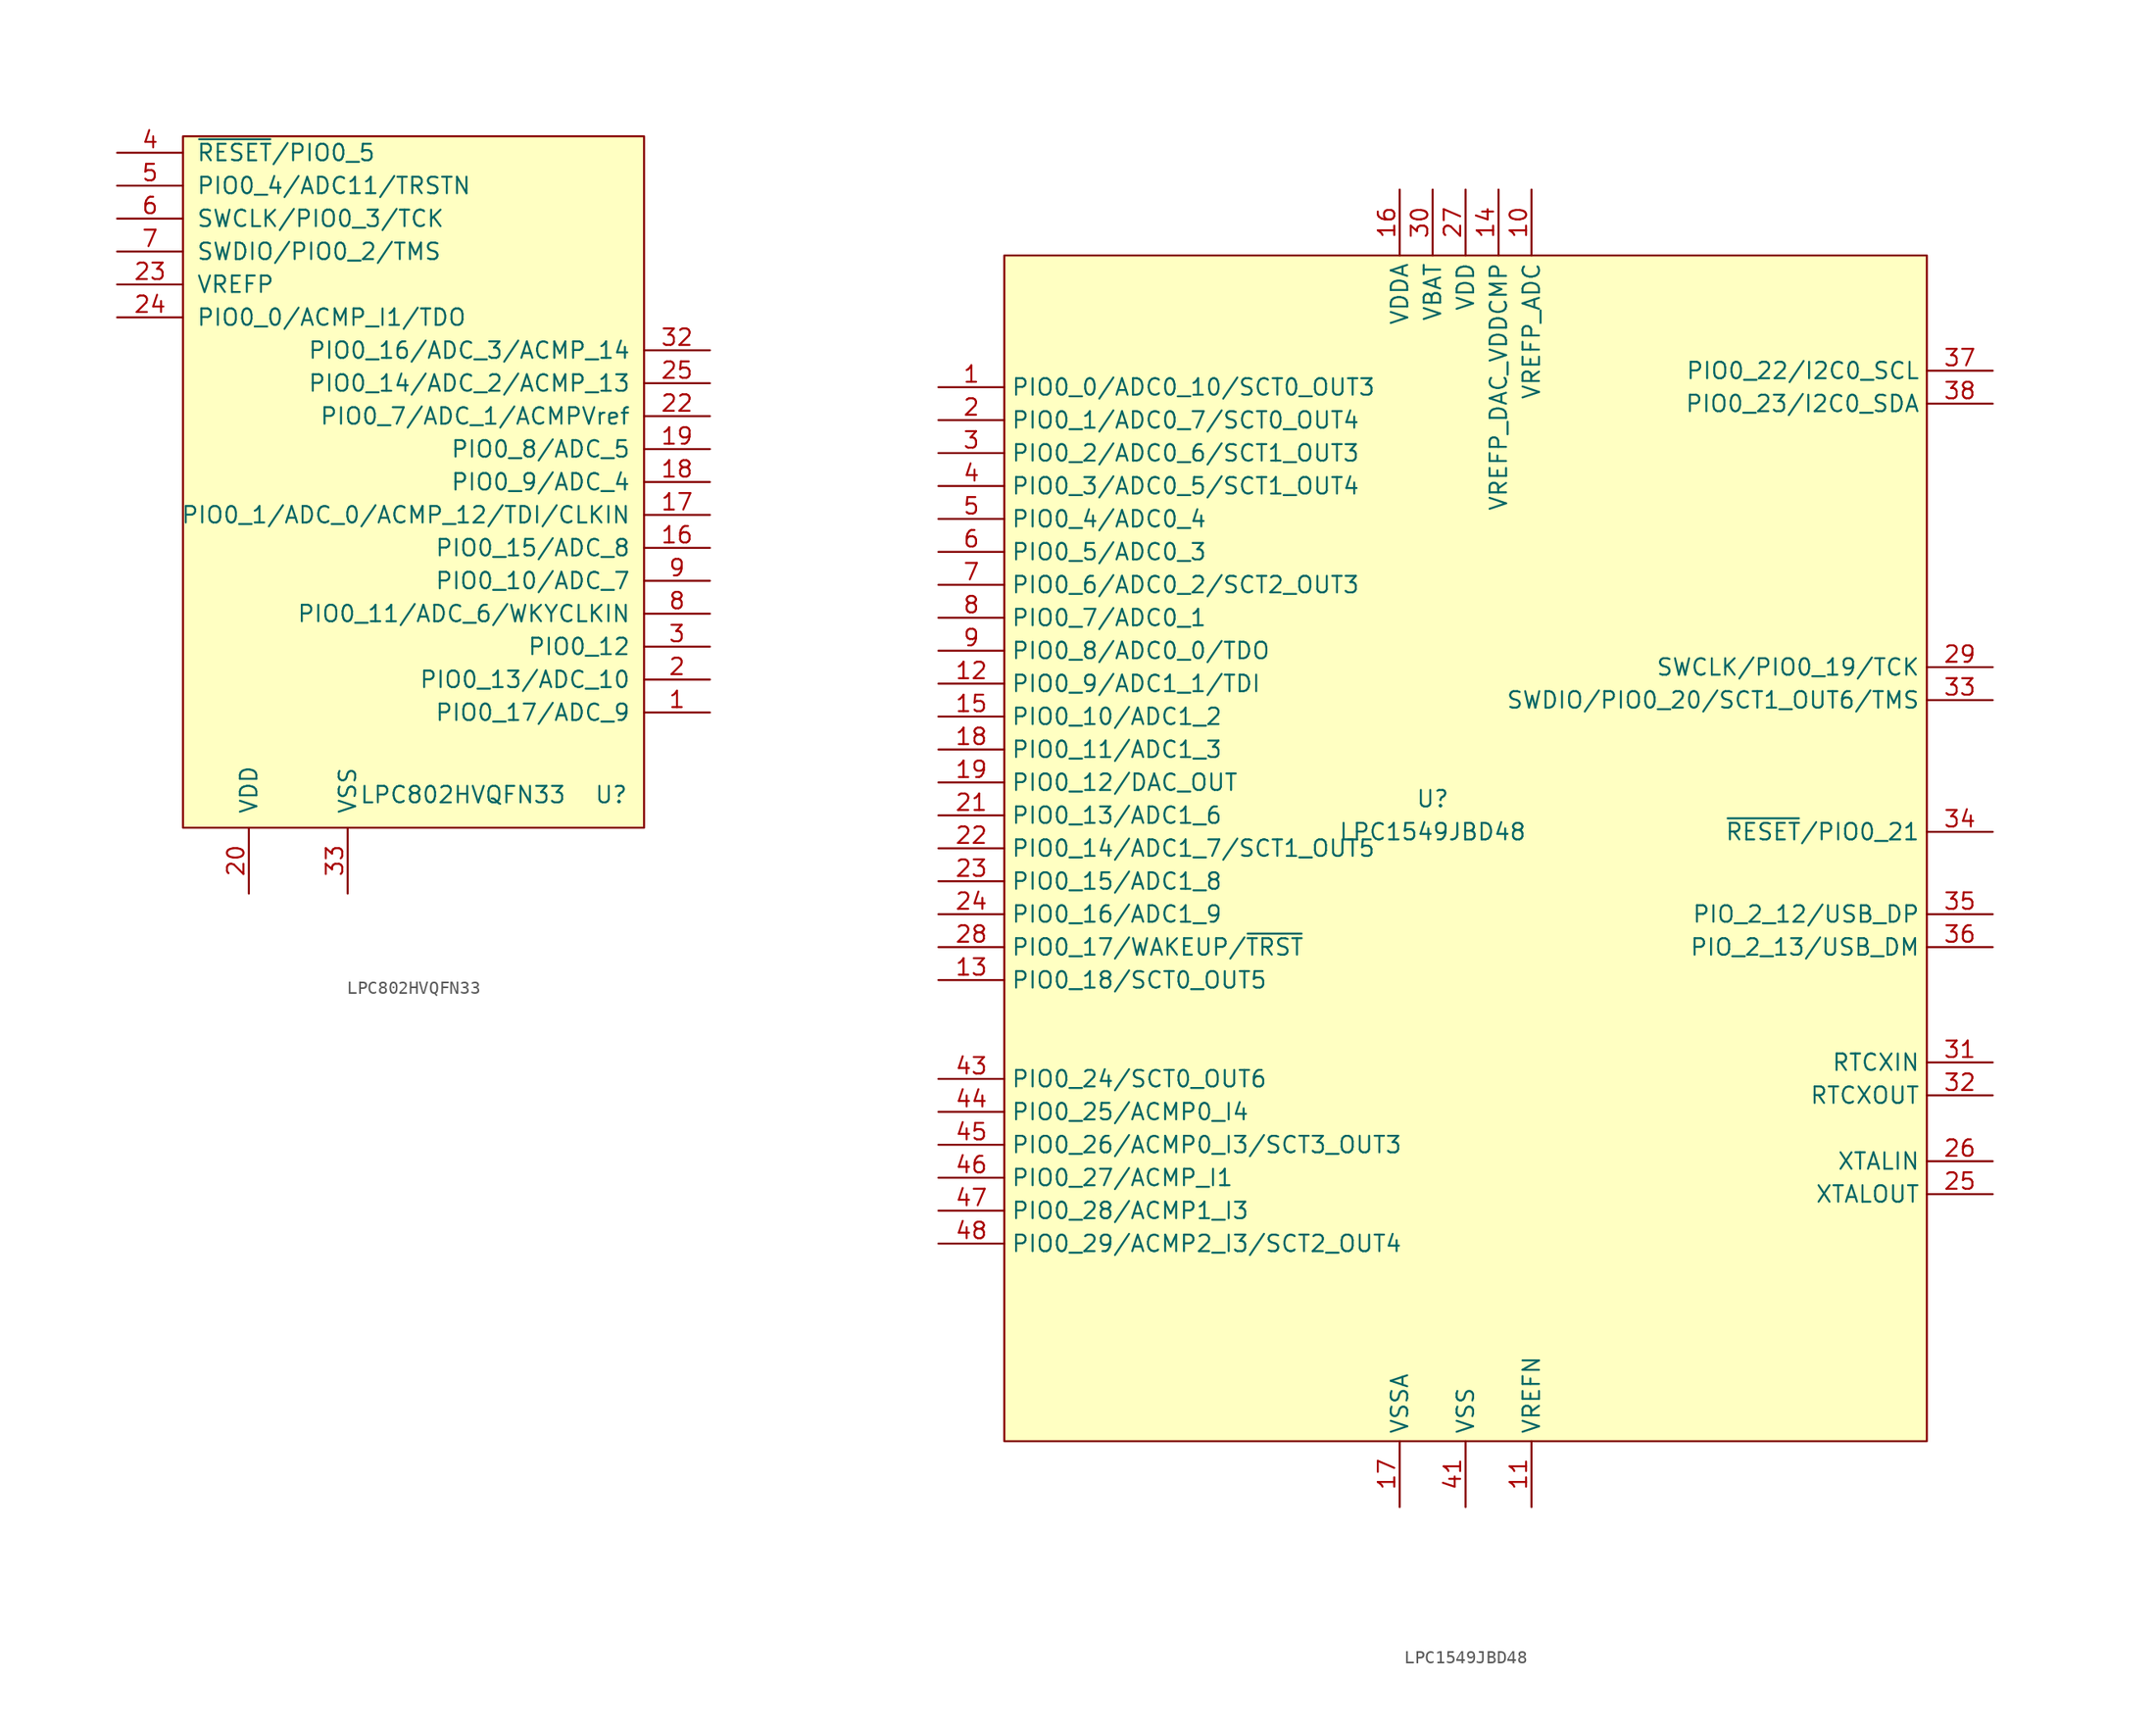
<source format=kicad_sym>
(kicad_symbol_lib
  (version 20211014)
  (generator kicad_symbol_editor)
  (symbol "LPC802HVQFN33"
    (pin_names
      (offset 1.016))
    (property "Reference" "U"
      (at 17.78 -31.75 0)
      (effects (font (size 1.27 1.27))))
    (property "Value" "LPC802HVQFN33"
      (at 6.35 -31.75 0)
      (effects (font (size 1.27 1.27))))
    (symbol "LPC802HVQFN33_0_1"
      (rectangle (start -15.24 -34.29) (end 20.32 19.05) (stroke (width 0) (type default) (color 0 0 0 0)) (fill (type background))))
    (symbol "LPC802HVQFN33_1_1"
      (pin input line (at 25.4 -25.4 180) (length 5.08) (name "PIO0_17/ADC_9" (effects (font (size 1.27 1.27)))) (number "1" (effects (font (size 1.27 1.27)))))
      (pin no_connect line (at -17.78 -2.54 0) (length 2.54) hide (name "n.c." (effects (font (size 1.27 1.27)))) (number "10" (effects (font (size 1.27 1.27)))))
      (pin no_connect line (at -17.78 -20.32 0) (length 2.54) hide (name "n.c." (effects (font (size 1.27 1.27)))) (number "11" (effects (font (size 1.27 1.27)))))
      (pin no_connect line (at -17.78 -17.78 0) (length 2.54) hide (name "n.c." (effects (font (size 1.27 1.27)))) (number "12" (effects (font (size 1.27 1.27)))))
      (pin no_connect line (at -17.78 -15.24 0) (length 2.54) hide (name "n.c." (effects (font (size 1.27 1.27)))) (number "13" (effects (font (size 1.27 1.27)))))
      (pin no_connect line (at -17.78 -12.7 0) (length 2.54) hide (name "n.c." (effects (font (size 1.27 1.27)))) (number "14" (effects (font (size 1.27 1.27)))))
      (pin no_connect line (at -17.78 0 0) (length 2.54) hide (name "n.c." (effects (font (size 1.27 1.27)))) (number "15" (effects (font (size 1.27 1.27)))))
      (pin input line (at 25.4 -12.7 180) (length 5.08) (name "PIO0_15/ADC_8" (effects (font (size 1.27 1.27)))) (number "16" (effects (font (size 1.27 1.27)))))
      (pin input line (at 25.4 -10.16 180) (length 5.08) (name "PIO0_1/ADC_0/ACMP_12/TDI/CLKIN" (effects (font (size 1.27 1.27)))) (number "17" (effects (font (size 1.27 1.27)))))
      (pin input line (at 25.4 -7.62 180) (length 5.08) (name "PIO0_9/ADC_4" (effects (font (size 1.27 1.27)))) (number "18" (effects (font (size 1.27 1.27)))))
      (pin input line (at 25.4 -5.08 180) (length 5.08) (name "PIO0_8/ADC_5" (effects (font (size 1.27 1.27)))) (number "19" (effects (font (size 1.27 1.27)))))
      (pin input line (at 25.4 -22.86 180) (length 5.08) (name "PIO0_13/ADC_10" (effects (font (size 1.27 1.27)))) (number "2" (effects (font (size 1.27 1.27)))))
      (pin input line (at -10.16 -39.37 90) (length 5.08) (name "VDD" (effects (font (size 1.27 1.27)))) (number "20" (effects (font (size 1.27 1.27)))))
      (pin no_connect line (at -17.78 -7.62 0) (length 2.54) hide (name "n.c." (effects (font (size 1.27 1.27)))) (number "21" (effects (font (size 1.27 1.27)))))
      (pin input line (at 25.4 -2.54 180) (length 5.08) (name "PIO0_7/ADC_1/ACMPVref" (effects (font (size 1.27 1.27)))) (number "22" (effects (font (size 1.27 1.27)))))
      (pin input line (at -20.32 7.62 0) (length 5.08) (name "VREFP" (effects (font (size 1.27 1.27)))) (number "23" (effects (font (size 1.27 1.27)))))
      (pin input line (at -20.32 5.08 0) (length 5.08) (name "PIO0_0/ACMP_I1/TDO" (effects (font (size 1.27 1.27)))) (number "24" (effects (font (size 1.27 1.27)))))
      (pin input line (at 25.4 0 180) (length 5.08) (name "PIO0_14/ADC_2/ACMP_13" (effects (font (size 1.27 1.27)))) (number "25" (effects (font (size 1.27 1.27)))))
      (pin no_connect line (at -17.78 -10.16 0) (length 2.54) hide (name "n.c." (effects (font (size 1.27 1.27)))) (number "26" (effects (font (size 1.27 1.27)))))
      (pin no_connect line (at -17.78 -27.94 0) (length 2.54) hide (name "n.c." (effects (font (size 1.27 1.27)))) (number "27" (effects (font (size 1.27 1.27)))))
      (pin no_connect line (at -17.78 -25.4 0) (length 2.54) hide (name "n.c." (effects (font (size 1.27 1.27)))) (number "28" (effects (font (size 1.27 1.27)))))
      (pin no_connect line (at -17.78 -22.86 0) (length 2.54) hide (name "n.c." (effects (font (size 1.27 1.27)))) (number "29" (effects (font (size 1.27 1.27)))))
      (pin input line (at 25.4 -20.32 180) (length 5.08) (name "PIO0_12" (effects (font (size 1.27 1.27)))) (number "3" (effects (font (size 1.27 1.27)))))
      (pin no_connect line (at -17.78 -33.02 0) (length 2.54) hide (name "n.c." (effects (font (size 1.27 1.27)))) (number "30" (effects (font (size 1.27 1.27)))))
      (pin no_connect line (at -17.78 -30.48 0) (length 2.54) hide (name "n.c." (effects (font (size 1.27 1.27)))) (number "31" (effects (font (size 1.27 1.27)))))
      (pin input line (at 25.4 2.54 180) (length 5.08) (name "PIO0_16/ADC_3/ACMP_14" (effects (font (size 1.27 1.27)))) (number "32" (effects (font (size 1.27 1.27)))))
      (pin input line (at -2.54 -39.37 90) (length 5.08) (name "VSS" (effects (font (size 1.27 1.27)))) (number "33" (effects (font (size 1.27 1.27)))))
      (pin input line (at -20.32 17.78 0) (length 5.08) (name "~{RESET}/PIO0_5" (effects (font (size 1.27 1.27)))) (number "4" (effects (font (size 1.27 1.27)))))
      (pin input line (at -20.32 15.24 0) (length 5.08) (name "PIO0_4/ADC11/TRSTN" (effects (font (size 1.27 1.27)))) (number "5" (effects (font (size 1.27 1.27)))))
      (pin input line (at -20.32 12.7 0) (length 5.08) (name "SWCLK/PIO0_3/TCK" (effects (font (size 1.27 1.27)))) (number "6" (effects (font (size 1.27 1.27)))))
      (pin input line (at -20.32 10.16 0) (length 5.08) (name "SWDIO/PIO0_2/TMS" (effects (font (size 1.27 1.27)))) (number "7" (effects (font (size 1.27 1.27)))))
      (pin input line (at 25.4 -17.78 180) (length 5.08) (name "PIO0_11/ADC_6/WKYCLKIN" (effects (font (size 1.27 1.27)))) (number "8" (effects (font (size 1.27 1.27)))))
      (pin input line (at 25.4 -15.24 180) (length 5.08) (name "PIO0_10/ADC_7" (effects (font (size 1.27 1.27)))) (number "9" (effects (font (size 1.27 1.27)))))))
  (symbol "LPC1549JBD48"
    (property "Reference" "U"
      (at -1.27 2.54 0)
      (effects (font (size 1.27 1.27))))
    (property "Value" "LPC1549JBD48"
      (at -1.27 0 0)
      (effects (font (size 1.27 1.27))))
    (symbol "LPC1549JBD48_1_1"
      (rectangle (start -34.29 -46.99) (end 36.83 44.45) (stroke (width 0) (type default) (color 0 0 0 0)) (fill (type background)))
      (pin bidirectional line (at -39.37 34.29 0) (length 5.08) (name "PIO0_0/ADC0_10/SCT0_OUT3" (effects (font (size 1.27 1.27)))) (number "1" (effects (font (size 1.27 1.27)))))
      (pin power_in line (at 6.35 49.53 270) (length 5.08) (name "VREFP_ADC" (effects (font (size 1.27 1.27)))) (number "10" (effects (font (size 1.27 1.27)))))
      (pin power_in line (at 6.35 -52.07 90) (length 5.08) (name "VREFN" (effects (font (size 1.27 1.27)))) (number "11" (effects (font (size 1.27 1.27)))))
      (pin bidirectional line (at -39.37 11.43 0) (length 5.08) (name "PIO0_9/ADC1_1/TDI" (effects (font (size 1.27 1.27)))) (number "12" (effects (font (size 1.27 1.27)))))
      (pin bidirectional line (at -39.37 -11.43 0) (length 5.08) (name "PIO0_18/SCT0_OUT5" (effects (font (size 1.27 1.27)))) (number "13" (effects (font (size 1.27 1.27)))))
      (pin power_in line (at 3.81 49.53 270) (length 5.08) (name "VREFP_DAC_VDDCMP" (effects (font (size 1.27 1.27)))) (number "14" (effects (font (size 1.27 1.27)))))
      (pin bidirectional line (at -39.37 8.89 0) (length 5.08) (name "PIO0_10/ADC1_2" (effects (font (size 1.27 1.27)))) (number "15" (effects (font (size 1.27 1.27)))))
      (pin power_in line (at -3.81 49.53 270) (length 5.08) (name "VDDA" (effects (font (size 1.27 1.27)))) (number "16" (effects (font (size 1.27 1.27)))))
      (pin power_in line (at -3.81 -52.07 90) (length 5.08) (name "VSSA" (effects (font (size 1.27 1.27)))) (number "17" (effects (font (size 1.27 1.27)))))
      (pin bidirectional line (at -39.37 6.35 0) (length 5.08) (name "PIO0_11/ADC1_3" (effects (font (size 1.27 1.27)))) (number "18" (effects (font (size 1.27 1.27)))))
      (pin bidirectional line (at -39.37 3.81 0) (length 5.08) (name "PIO0_12/DAC_OUT" (effects (font (size 1.27 1.27)))) (number "19" (effects (font (size 1.27 1.27)))))
      (pin bidirectional line (at -39.37 31.75 0) (length 5.08) (name "PIO0_1/ADC0_7/SCT0_OUT4" (effects (font (size 1.27 1.27)))) (number "2" (effects (font (size 1.27 1.27)))))
      (pin passive line (at 1.27 -52.07 90) (length 5.08) hide (name "VSS" (effects (font (size 1.27 1.27)))) (number "20" (effects (font (size 1.27 1.27)))))
      (pin bidirectional line (at -39.37 1.27 0) (length 5.08) (name "PIO0_13/ADC1_6" (effects (font (size 1.27 1.27)))) (number "21" (effects (font (size 1.27 1.27)))))
      (pin bidirectional line (at -39.37 -1.27 0) (length 5.08) (name "PIO0_14/ADC1_7/SCT1_OUT5" (effects (font (size 1.27 1.27)))) (number "22" (effects (font (size 1.27 1.27)))))
      (pin bidirectional line (at -39.37 -3.81 0) (length 5.08) (name "PIO0_15/ADC1_8" (effects (font (size 1.27 1.27)))) (number "23" (effects (font (size 1.27 1.27)))))
      (pin bidirectional line (at -39.37 -6.35 0) (length 5.08) (name "PIO0_16/ADC1_9" (effects (font (size 1.27 1.27)))) (number "24" (effects (font (size 1.27 1.27)))))
      (pin bidirectional line (at 41.91 -27.94 180) (length 5.08) (name "XTALOUT" (effects (font (size 1.27 1.27)))) (number "25" (effects (font (size 1.27 1.27)))))
      (pin bidirectional line (at 41.91 -25.4 180) (length 5.08) (name "XTALIN" (effects (font (size 1.27 1.27)))) (number "26" (effects (font (size 1.27 1.27)))))
      (pin power_in line (at 1.27 49.53 270) (length 5.08) (name "VDD" (effects (font (size 1.27 1.27)))) (number "27" (effects (font (size 1.27 1.27)))))
      (pin bidirectional line (at -39.37 -8.89 0) (length 5.08) (name "PIO0_17/WAKEUP/~{TRST}" (effects (font (size 1.27 1.27)))) (number "28" (effects (font (size 1.27 1.27)))))
      (pin bidirectional line (at 41.91 12.7 180) (length 5.08) (name "SWCLK/PIO0_19/TCK" (effects (font (size 1.27 1.27)))) (number "29" (effects (font (size 1.27 1.27)))))
      (pin bidirectional line (at -39.37 29.21 0) (length 5.08) (name "PIO0_2/ADC0_6/SCT1_OUT3" (effects (font (size 1.27 1.27)))) (number "3" (effects (font (size 1.27 1.27)))))
      (pin power_in line (at -1.27 49.53 270) (length 5.08) (name "VBAT" (effects (font (size 1.27 1.27)))) (number "30" (effects (font (size 1.27 1.27)))))
      (pin input line (at 41.91 -17.78 180) (length 5.08) (name "RTCXIN" (effects (font (size 1.27 1.27)))) (number "31" (effects (font (size 1.27 1.27)))))
      (pin bidirectional line (at 41.91 -20.32 180) (length 5.08) (name "RTCXOUT" (effects (font (size 1.27 1.27)))) (number "32" (effects (font (size 1.27 1.27)))))
      (pin bidirectional line (at 41.91 10.16 180) (length 5.08) (name "SWDIO/PIO0_20/SCT1_OUT6/TMS" (effects (font (size 1.27 1.27)))) (number "33" (effects (font (size 1.27 1.27)))))
      (pin bidirectional line (at 41.91 0 180) (length 5.08) (name "~{RESET}/PIO0_21" (effects (font (size 1.27 1.27)))) (number "34" (effects (font (size 1.27 1.27)))))
      (pin bidirectional line (at 41.91 -6.35 180) (length 5.08) (name "PIO_2_12/USB_DP" (effects (font (size 1.27 1.27)))) (number "35" (effects (font (size 1.27 1.27)))))
      (pin bidirectional line (at 41.91 -8.89 180) (length 5.08) (name "PIO_2_13/USB_DM" (effects (font (size 1.27 1.27)))) (number "36" (effects (font (size 1.27 1.27)))))
      (pin bidirectional line (at 41.91 35.56 180) (length 5.08) (name "PIO0_22/I2C0_SCL" (effects (font (size 1.27 1.27)))) (number "37" (effects (font (size 1.27 1.27)))))
      (pin bidirectional line (at 41.91 33.02 180) (length 5.08) (name "PIO0_23/I2C0_SDA" (effects (font (size 1.27 1.27)))) (number "38" (effects (font (size 1.27 1.27)))))
      (pin passive line (at 1.27 49.53 270) (length 5.08) hide (name "VDD" (effects (font (size 1.27 1.27)))) (number "39" (effects (font (size 1.27 1.27)))))
      (pin bidirectional line (at -39.37 26.67 0) (length 5.08) (name "PIO0_3/ADC0_5/SCT1_OUT4" (effects (font (size 1.27 1.27)))) (number "4" (effects (font (size 1.27 1.27)))))
      (pin passive line (at 1.27 -52.07 90) (length 5.08) hide (name "VSS" (effects (font (size 1.27 1.27)))) (number "40" (effects (font (size 1.27 1.27)))))
      (pin power_in line (at 1.27 -52.07 90) (length 5.08) (name "VSS" (effects (font (size 1.27 1.27)))) (number "41" (effects (font (size 1.27 1.27)))))
      (pin passive line (at 1.27 49.53 270) (length 5.08) hide (name "VDD" (effects (font (size 1.27 1.27)))) (number "42" (effects (font (size 1.27 1.27)))))
      (pin bidirectional line (at -39.37 -19.05 0) (length 5.08) (name "PIO0_24/SCT0_OUT6" (effects (font (size 1.27 1.27)))) (number "43" (effects (font (size 1.27 1.27)))))
      (pin bidirectional line (at -39.37 -21.59 0) (length 5.08) (name "PIO0_25/ACMP0_I4" (effects (font (size 1.27 1.27)))) (number "44" (effects (font (size 1.27 1.27)))))
      (pin bidirectional line (at -39.37 -24.13 0) (length 5.08) (name "PIO0_26/ACMP0_I3/SCT3_OUT3" (effects (font (size 1.27 1.27)))) (number "45" (effects (font (size 1.27 1.27)))))
      (pin bidirectional line (at -39.37 -26.67 0) (length 5.08) (name "PIO0_27/ACMP_I1" (effects (font (size 1.27 1.27)))) (number "46" (effects (font (size 1.27 1.27)))))
      (pin bidirectional line (at -39.37 -29.21 0) (length 5.08) (name "PIO0_28/ACMP1_I3" (effects (font (size 1.27 1.27)))) (number "47" (effects (font (size 1.27 1.27)))))
      (pin bidirectional line (at -39.37 -31.75 0) (length 5.08) (name "PIO0_29/ACMP2_I3/SCT2_OUT4" (effects (font (size 1.27 1.27)))) (number "48" (effects (font (size 1.27 1.27)))))
      (pin bidirectional line (at -39.37 24.13 0) (length 5.08) (name "PIO0_4/ADC0_4" (effects (font (size 1.27 1.27)))) (number "5" (effects (font (size 1.27 1.27)))))
      (pin bidirectional line (at -39.37 21.59 0) (length 5.08) (name "PIO0_5/ADC0_3" (effects (font (size 1.27 1.27)))) (number "6" (effects (font (size 1.27 1.27)))))
      (pin bidirectional line (at -39.37 19.05 0) (length 5.08) (name "PIO0_6/ADC0_2/SCT2_OUT3" (effects (font (size 1.27 1.27)))) (number "7" (effects (font (size 1.27 1.27)))))
      (pin bidirectional line (at -39.37 16.51 0) (length 5.08) (name "PIO0_7/ADC0_1" (effects (font (size 1.27 1.27)))) (number "8" (effects (font (size 1.27 1.27)))))
      (pin bidirectional line (at -39.37 13.97 0) (length 5.08) (name "PIO0_8/ADC0_0/TDO" (effects (font (size 1.27 1.27)))) (number "9" (effects (font (size 1.27 1.27))))))))
</source>
